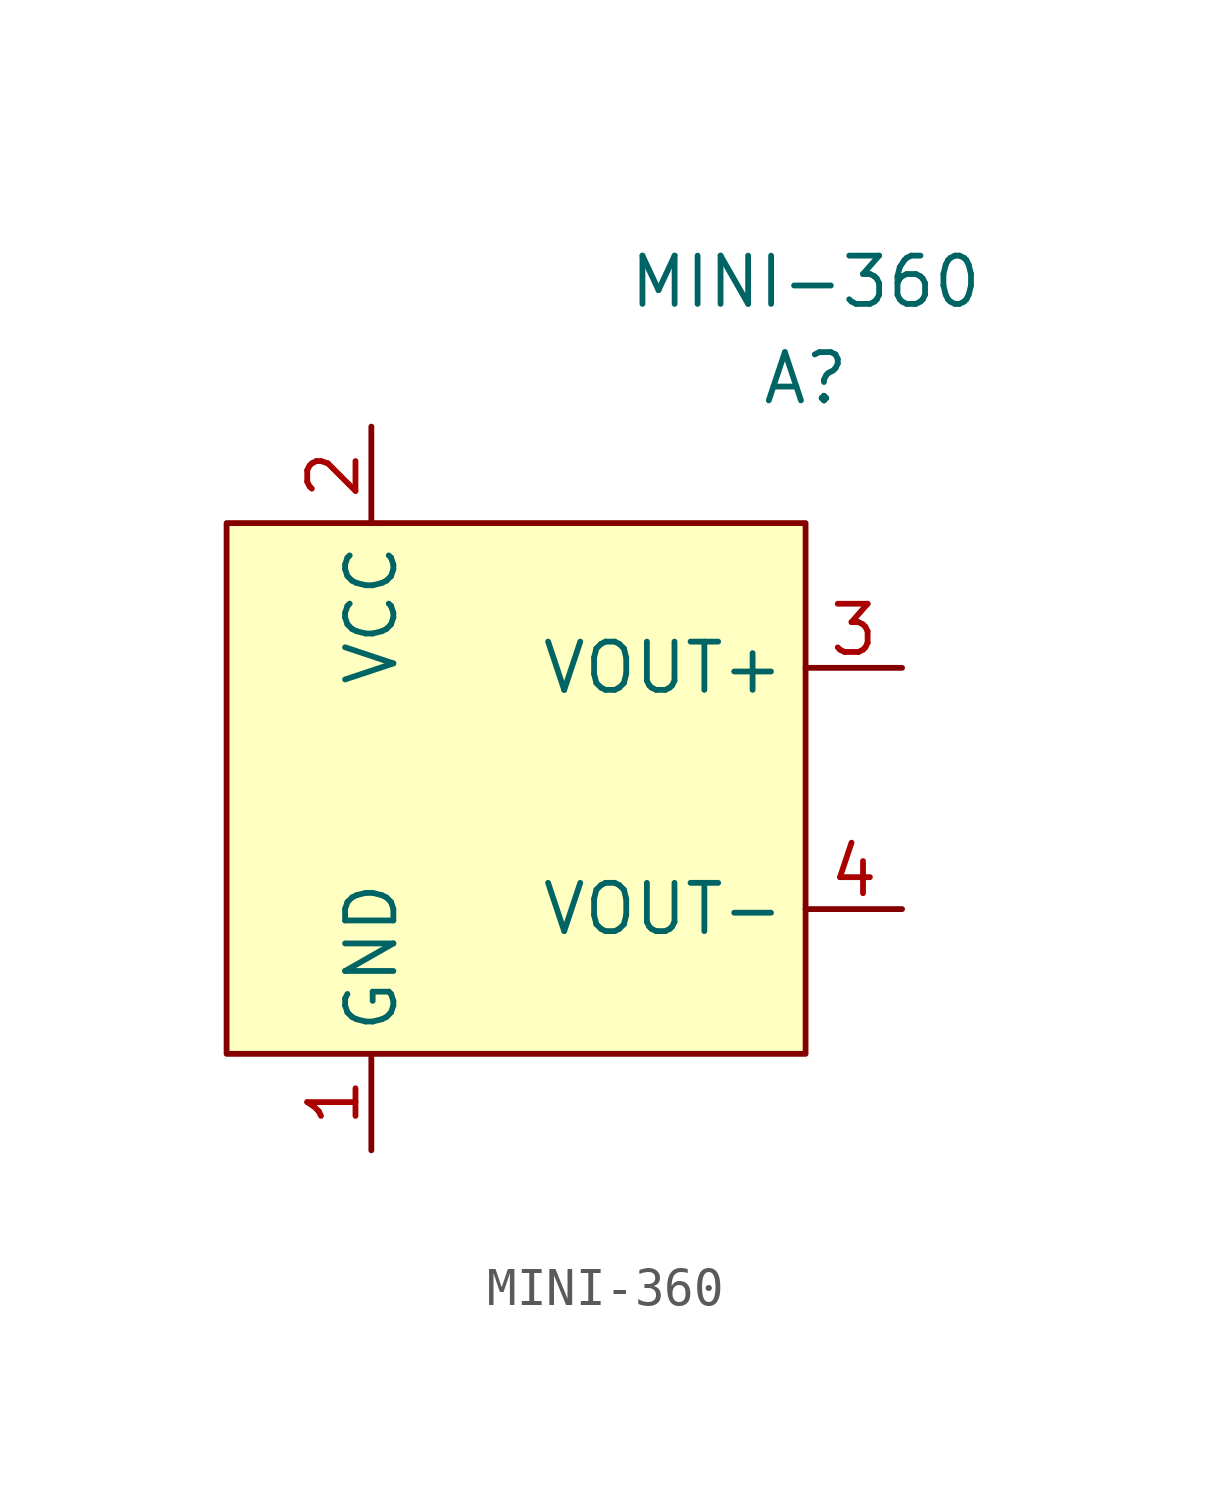
<source format=kicad_sym>
(kicad_symbol_lib
  (version 20211014)
  (generator kicad_symbol_editor)
  (symbol "MINI-360"
    (property "Reference" "A"
      (at 10.16 1.27 0)
      (effects (font (size 1.27 1.27))))
    (property "Value" "MINI-360"
      (at 10.16 3.81 0)
      (effects (font (size 1.27 1.27))))
    (symbol "MINI-360_0_1"
      (rectangle (start -5.08 -2.54) (end 10.16 -16.51) (stroke (width 0) (type default) (color 0 0 0 0)) (fill (type background))))
    (symbol "MINI-360_1_1"
      (pin power_in line (at -1.27 -19.05 90) (length 2.54) (name "GND" (effects (font (size 1.27 1.27)))) (number "1" (effects (font (size 1.27 1.27)))))
      (pin power_in line (at -1.27 0 270) (length 2.54) (name "VCC" (effects (font (size 1.27 1.27)))) (number "2" (effects (font (size 1.27 1.27)))))
      (pin power_out line (at 12.7 -6.35 180) (length 2.54) (name "VOUT+" (effects (font (size 1.27 1.27)))) (number "3" (effects (font (size 1.27 1.27)))))
      (pin passive line (at 12.7 -12.7 180) (length 2.54) (name "VOUT-" (effects (font (size 1.27 1.27)))) (number "4" (effects (font (size 1.27 1.27))))))))
</source>
